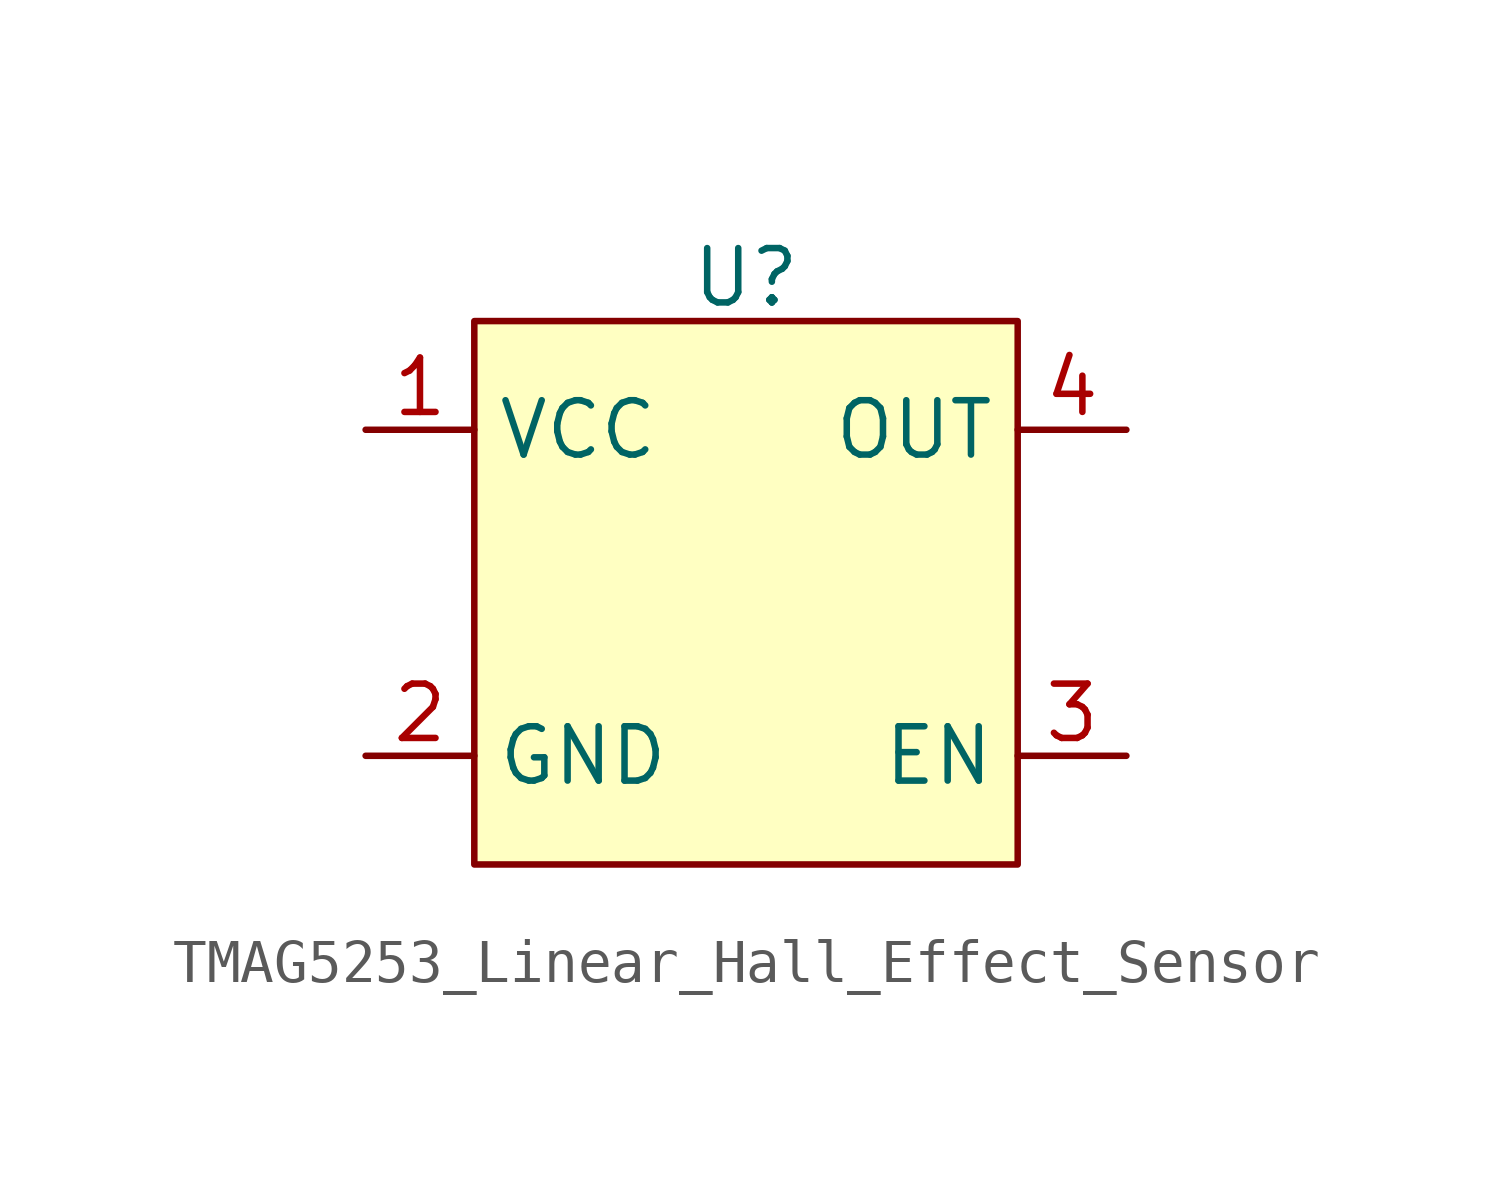
<source format=kicad_sym>
(kicad_symbol_lib
  (version 20231120)
  (generator "kicad_symbol_editor")
  (generator_version "8.0")
  (symbol "TMAG5253_Linear_Hall_Effect_Sensor"
    (property "Reference" "U"
      (at 0 1.016 0)
      (effects (font (size 1.27 1.27))))
    (property "Value" ""
      (at 0 0 0)
      (effects (font (size 1.27 1.27))))
    (symbol "TMAG5253_Linear_Hall_Effect_Sensor_0_0"
      (pin passive line (at -8.89 -2.54 0) (length 2.54) (name "VCC" (effects (font (size 1.27 1.27)))) (number "1" (effects (font (size 1.27 1.27)))))
      (pin passive line (at -8.89 -10.16 0) (length 2.54) (name "GND" (effects (font (size 1.27 1.27)))) (number "2" (effects (font (size 1.27 1.27)))))
      (pin passive line (at 8.89 -10.16 180) (length 2.54) (name "EN" (effects (font (size 1.27 1.27)))) (number "3" (effects (font (size 1.27 1.27)))))
      (pin passive line (at 8.89 -2.54 180) (length 2.54) (name "OUT" (effects (font (size 1.27 1.27)))) (number "4" (effects (font (size 1.27 1.27))))))
    (symbol "TMAG5253_Linear_Hall_Effect_Sensor_1_1"
      (rectangle (start -6.35 0) (end 6.35 -12.7) (stroke (width 0) (type default)) (fill (type background))))))
</source>
